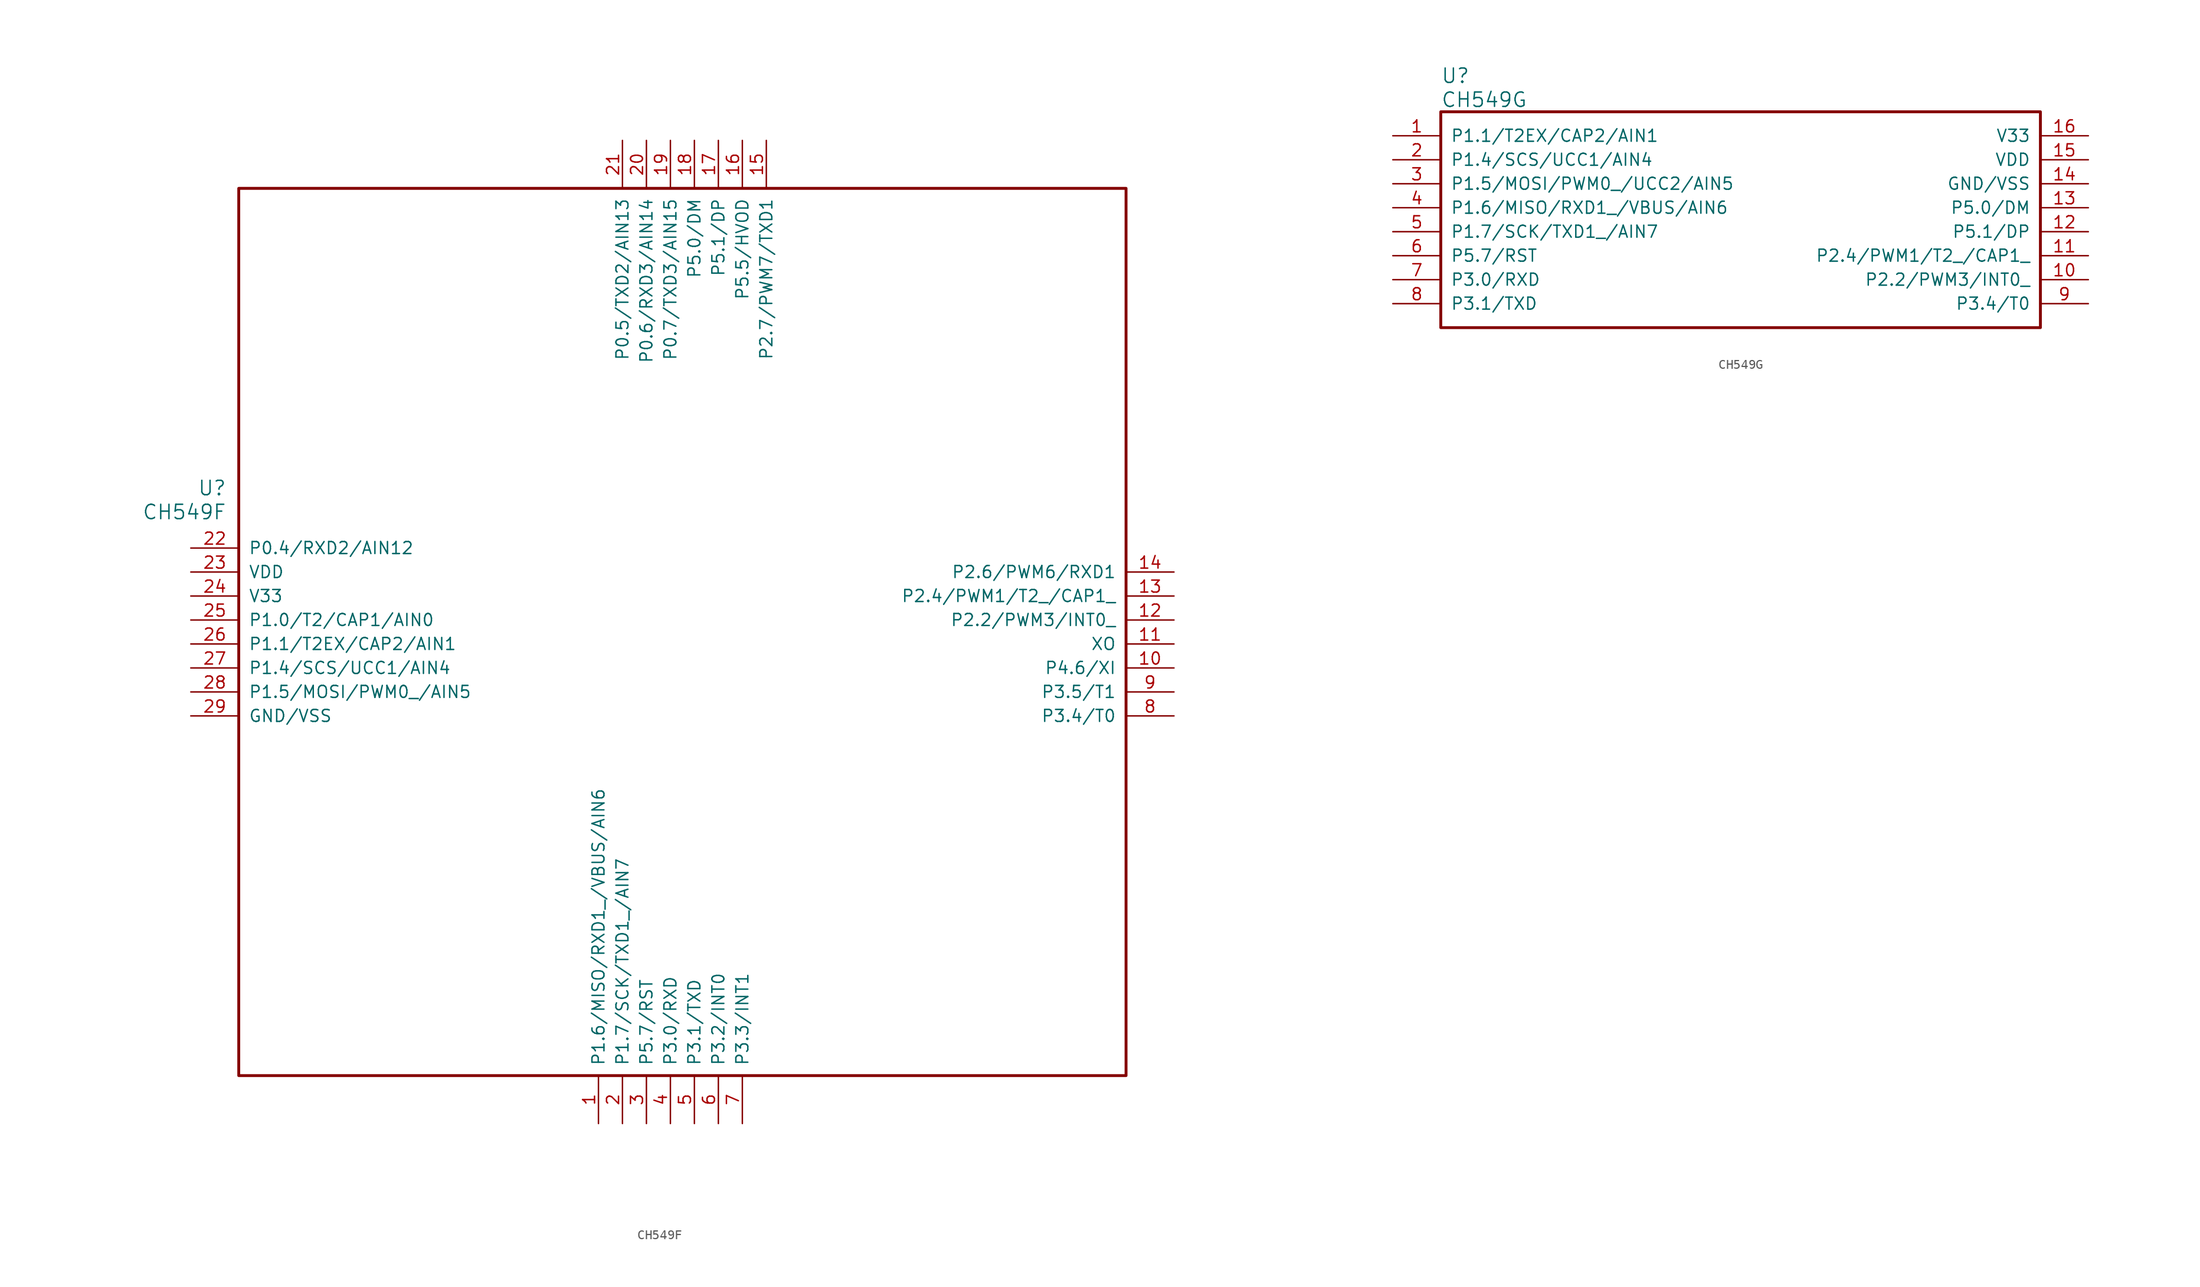
<source format=kicad_sym>
(kicad_symbol_lib
  (version 20240819)
  (generator "kicad_symbol_editor")
  (generator_version "8.99")
  (symbol "CH549F"
    (pin_names
      (offset 1.016))
    (property "Reference" "U"
      (at 3.81 6.35 0)
      (effects (font (size 1.524 1.524)) (justify right)))
    (property "Value" "CH549F"
      (at 3.81 3.81 0)
      (effects (font (size 1.524 1.524)) (justify right)))
    (property "ki_locked" ""
      (at 0 0 0)
      (effects (font (size 1.27 1.27))))
    (symbol "CH549F_1_1"
      (rectangle (start 5.08 38.1) (end 99.06 -55.88) (stroke (width 0.305) (type solid)) (fill (type none)))
      (pin bidirectional line (at 0 0 0) (length 5.08) (name "P0.4/RXD2/AIN12" (effects (font (size 1.27 1.27)))) (number "22" (effects (font (size 1.27 1.27)))))
      (pin power_in line (at 0 -2.54 0) (length 5.08) (name "VDD" (effects (font (size 1.27 1.27)))) (number "23" (effects (font (size 1.27 1.27)))))
      (pin power_in line (at 0 -5.08 0) (length 5.08) (name "V33" (effects (font (size 1.27 1.27)))) (number "24" (effects (font (size 1.27 1.27)))))
      (pin bidirectional line (at 0 -7.62 0) (length 5.08) (name "P1.0/T2/CAP1/AIN0" (effects (font (size 1.27 1.27)))) (number "25" (effects (font (size 1.27 1.27)))))
      (pin bidirectional line (at 0 -10.16 0) (length 5.08) (name "P1.1/T2EX/CAP2/AIN1" (effects (font (size 1.27 1.27)))) (number "26" (effects (font (size 1.27 1.27)))))
      (pin bidirectional line (at 0 -12.7 0) (length 5.08) (name "P1.4/SCS/UCC1/AIN4" (effects (font (size 1.27 1.27)))) (number "27" (effects (font (size 1.27 1.27)))))
      (pin bidirectional line (at 0 -15.24 0) (length 5.08) (name "P1.5/MOSI/PWM0_/AIN5" (effects (font (size 1.27 1.27)))) (number "28" (effects (font (size 1.27 1.27)))))
      (pin power_in line (at 0 -17.78 0) (length 5.08) (name "GND/VSS" (effects (font (size 1.27 1.27)))) (number "29" (effects (font (size 1.27 1.27)))))
      (pin bidirectional line (at 43.18 -60.96 90) (length 5.08) (name "P1.6/MISO/RXD1_/VBUS/AIN6" (effects (font (size 1.27 1.27)))) (number "1" (effects (font (size 1.27 1.27)))))
      (pin bidirectional line (at 45.72 43.18 270) (length 5.08) (name "P0.5/TXD2/AIN13" (effects (font (size 1.27 1.27)))) (number "21" (effects (font (size 1.27 1.27)))))
      (pin bidirectional line (at 45.72 -60.96 90) (length 5.08) (name "P1.7/SCK/TXD1_/AIN7" (effects (font (size 1.27 1.27)))) (number "2" (effects (font (size 1.27 1.27)))))
      (pin bidirectional line (at 48.26 43.18 270) (length 5.08) (name "P0.6/RXD3/AIN14" (effects (font (size 1.27 1.27)))) (number "20" (effects (font (size 1.27 1.27)))))
      (pin bidirectional line (at 48.26 -60.96 90) (length 5.08) (name "P5.7/RST" (effects (font (size 1.27 1.27)))) (number "3" (effects (font (size 1.27 1.27)))))
      (pin bidirectional line (at 50.8 43.18 270) (length 5.08) (name "P0.7/TXD3/AIN15" (effects (font (size 1.27 1.27)))) (number "19" (effects (font (size 1.27 1.27)))))
      (pin bidirectional line (at 50.8 -60.96 90) (length 5.08) (name "P3.0/RXD" (effects (font (size 1.27 1.27)))) (number "4" (effects (font (size 1.27 1.27)))))
      (pin bidirectional line (at 53.34 43.18 270) (length 5.08) (name "P5.0/DM" (effects (font (size 1.27 1.27)))) (number "18" (effects (font (size 1.27 1.27)))))
      (pin bidirectional line (at 53.34 -60.96 90) (length 5.08) (name "P3.1/TXD" (effects (font (size 1.27 1.27)))) (number "5" (effects (font (size 1.27 1.27)))))
      (pin bidirectional line (at 55.88 43.18 270) (length 5.08) (name "P5.1/DP" (effects (font (size 1.27 1.27)))) (number "17" (effects (font (size 1.27 1.27)))))
      (pin bidirectional line (at 55.88 -60.96 90) (length 5.08) (name "P3.2/INT0" (effects (font (size 1.27 1.27)))) (number "6" (effects (font (size 1.27 1.27)))))
      (pin bidirectional line (at 58.42 43.18 270) (length 5.08) (name "P5.5/HVOD" (effects (font (size 1.27 1.27)))) (number "16" (effects (font (size 1.27 1.27)))))
      (pin bidirectional line (at 58.42 -60.96 90) (length 5.08) (name "P3.3/INT1" (effects (font (size 1.27 1.27)))) (number "7" (effects (font (size 1.27 1.27)))))
      (pin bidirectional line (at 60.96 43.18 270) (length 5.08) (name "P2.7/PWM7/TXD1" (effects (font (size 1.27 1.27)))) (number "15" (effects (font (size 1.27 1.27)))))
      (pin bidirectional line (at 104.14 -2.54 180) (length 5.08) (name "P2.6/PWM6/RXD1" (effects (font (size 1.27 1.27)))) (number "14" (effects (font (size 1.27 1.27)))))
      (pin bidirectional line (at 104.14 -5.08 180) (length 5.08) (name "P2.4/PWM1/T2_/CAP1_" (effects (font (size 1.27 1.27)))) (number "13" (effects (font (size 1.27 1.27)))))
      (pin bidirectional line (at 104.14 -7.62 180) (length 5.08) (name "P2.2/PWM3/INT0_" (effects (font (size 1.27 1.27)))) (number "12" (effects (font (size 1.27 1.27)))))
      (pin bidirectional line (at 104.14 -10.16 180) (length 5.08) (name "XO" (effects (font (size 1.27 1.27)))) (number "11" (effects (font (size 1.27 1.27)))))
      (pin bidirectional line (at 104.14 -12.7 180) (length 5.08) (name "P4.6/XI" (effects (font (size 1.27 1.27)))) (number "10" (effects (font (size 1.27 1.27)))))
      (pin bidirectional line (at 104.14 -15.24 180) (length 5.08) (name "P3.5/T1" (effects (font (size 1.27 1.27)))) (number "9" (effects (font (size 1.27 1.27)))))
      (pin bidirectional line (at 104.14 -17.78 180) (length 5.08) (name "P3.4/T0" (effects (font (size 1.27 1.27)))) (number "8" (effects (font (size 1.27 1.27)))))))
  (symbol "CH549G"
    (pin_names
      (offset 1.016))
    (property "Reference" "U"
      (at 5.08 6.35 0)
      (effects (font (size 1.524 1.524)) (justify left)))
    (property "Value" "CH549G"
      (at 5.08 3.81 0)
      (effects (font (size 1.524 1.524)) (justify left)))
    (property "ki_locked" ""
      (at 0 0 0)
      (effects (font (size 1.27 1.27))))
    (symbol "CH549G_1_1"
      (rectangle (start 5.08 2.54) (end 68.58 -20.32) (stroke (width 0.305) (type solid)) (fill (type none)))
      (pin bidirectional line (at 0 0 0) (length 5.08) (name "P1.1/T2EX/CAP2/AIN1" (effects (font (size 1.27 1.27)))) (number "1" (effects (font (size 1.27 1.27)))))
      (pin bidirectional line (at 0 -2.54 0) (length 5.08) (name "P1.4/SCS/UCC1/AIN4" (effects (font (size 1.27 1.27)))) (number "2" (effects (font (size 1.27 1.27)))))
      (pin bidirectional line (at 0 -5.08 0) (length 5.08) (name "P1.5/MOSI/PWM0_/UCC2/AIN5" (effects (font (size 1.27 1.27)))) (number "3" (effects (font (size 1.27 1.27)))))
      (pin bidirectional line (at 0 -7.62 0) (length 5.08) (name "P1.6/MISO/RXD1_/VBUS/AIN6" (effects (font (size 1.27 1.27)))) (number "4" (effects (font (size 1.27 1.27)))))
      (pin bidirectional line (at 0 -10.16 0) (length 5.08) (name "P1.7/SCK/TXD1_/AIN7" (effects (font (size 1.27 1.27)))) (number "5" (effects (font (size 1.27 1.27)))))
      (pin bidirectional line (at 0 -12.7 0) (length 5.08) (name "P5.7/RST" (effects (font (size 1.27 1.27)))) (number "6" (effects (font (size 1.27 1.27)))))
      (pin bidirectional line (at 0 -15.24 0) (length 5.08) (name "P3.0/RXD" (effects (font (size 1.27 1.27)))) (number "7" (effects (font (size 1.27 1.27)))))
      (pin bidirectional line (at 0 -17.78 0) (length 5.08) (name "P3.1/TXD" (effects (font (size 1.27 1.27)))) (number "8" (effects (font (size 1.27 1.27)))))
      (pin power_in line (at 73.66 0 180) (length 5.08) (name "V33" (effects (font (size 1.27 1.27)))) (number "16" (effects (font (size 1.27 1.27)))))
      (pin power_in line (at 73.66 -2.54 180) (length 5.08) (name "VDD" (effects (font (size 1.27 1.27)))) (number "15" (effects (font (size 1.27 1.27)))))
      (pin power_in line (at 73.66 -5.08 180) (length 5.08) (name "GND/VSS" (effects (font (size 1.27 1.27)))) (number "14" (effects (font (size 1.27 1.27)))))
      (pin bidirectional line (at 73.66 -7.62 180) (length 5.08) (name "P5.0/DM" (effects (font (size 1.27 1.27)))) (number "13" (effects (font (size 1.27 1.27)))))
      (pin bidirectional line (at 73.66 -10.16 180) (length 5.08) (name "P5.1/DP" (effects (font (size 1.27 1.27)))) (number "12" (effects (font (size 1.27 1.27)))))
      (pin bidirectional line (at 73.66 -12.7 180) (length 5.08) (name "P2.4/PWM1/T2_/CAP1_" (effects (font (size 1.27 1.27)))) (number "11" (effects (font (size 1.27 1.27)))))
      (pin bidirectional line (at 73.66 -15.24 180) (length 5.08) (name "P2.2/PWM3/INT0_" (effects (font (size 1.27 1.27)))) (number "10" (effects (font (size 1.27 1.27)))))
      (pin bidirectional line (at 73.66 -17.78 180) (length 5.08) (name "P3.4/T0" (effects (font (size 1.27 1.27)))) (number "9" (effects (font (size 1.27 1.27))))))))
</source>
